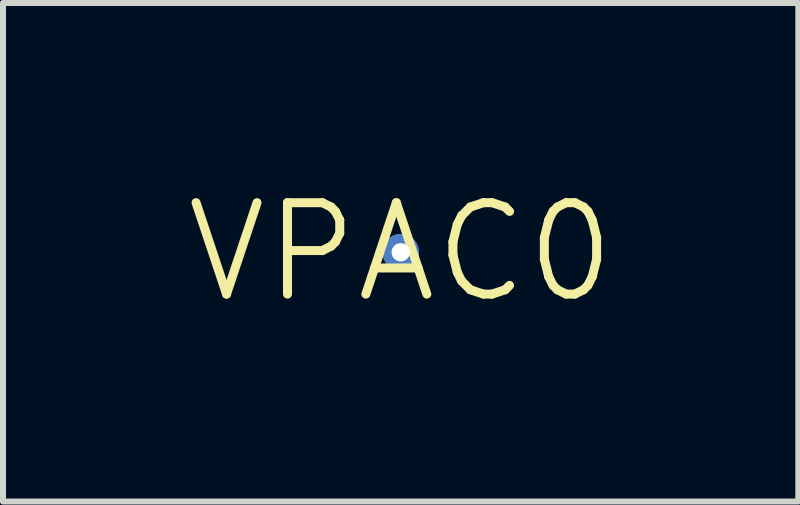
<source format=kicad_pcb>
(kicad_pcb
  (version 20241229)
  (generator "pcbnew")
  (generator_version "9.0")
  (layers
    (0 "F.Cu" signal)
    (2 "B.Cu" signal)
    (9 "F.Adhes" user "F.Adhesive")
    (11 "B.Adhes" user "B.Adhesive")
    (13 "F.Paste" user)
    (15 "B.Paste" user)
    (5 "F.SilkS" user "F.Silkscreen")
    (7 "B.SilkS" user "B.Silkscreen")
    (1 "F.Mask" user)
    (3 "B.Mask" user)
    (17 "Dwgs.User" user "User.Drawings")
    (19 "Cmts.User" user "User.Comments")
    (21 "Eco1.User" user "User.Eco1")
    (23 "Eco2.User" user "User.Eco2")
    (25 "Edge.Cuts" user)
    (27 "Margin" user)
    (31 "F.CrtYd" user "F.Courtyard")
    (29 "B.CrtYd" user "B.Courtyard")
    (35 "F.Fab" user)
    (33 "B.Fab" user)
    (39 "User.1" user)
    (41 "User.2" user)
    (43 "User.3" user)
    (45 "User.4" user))
  (footprint "VPAC0"
    (layer "F.Cu")
    (at 3.629 1.155)
    (property "Reference" "VPAC0" (at 0 0 0) (layer "F.SilkS") (effects (font (size 1.524 1.524) (thickness 0.15))))
    (attr exclude_from_pos_files exclude_from_bom)
    (pad "VP" thru_hole circle (at 0 0) (size 0.61 0.61) (drill 0.305) (layers "*.Cu" "*.Paste" "*.Mask")))
  (gr_rect
    (start -3 -3)
    (end 10.257 5.31)
    (stroke (width 0.1) (type default))
    (fill no)
    (layer "Edge.Cuts")))
</source>
